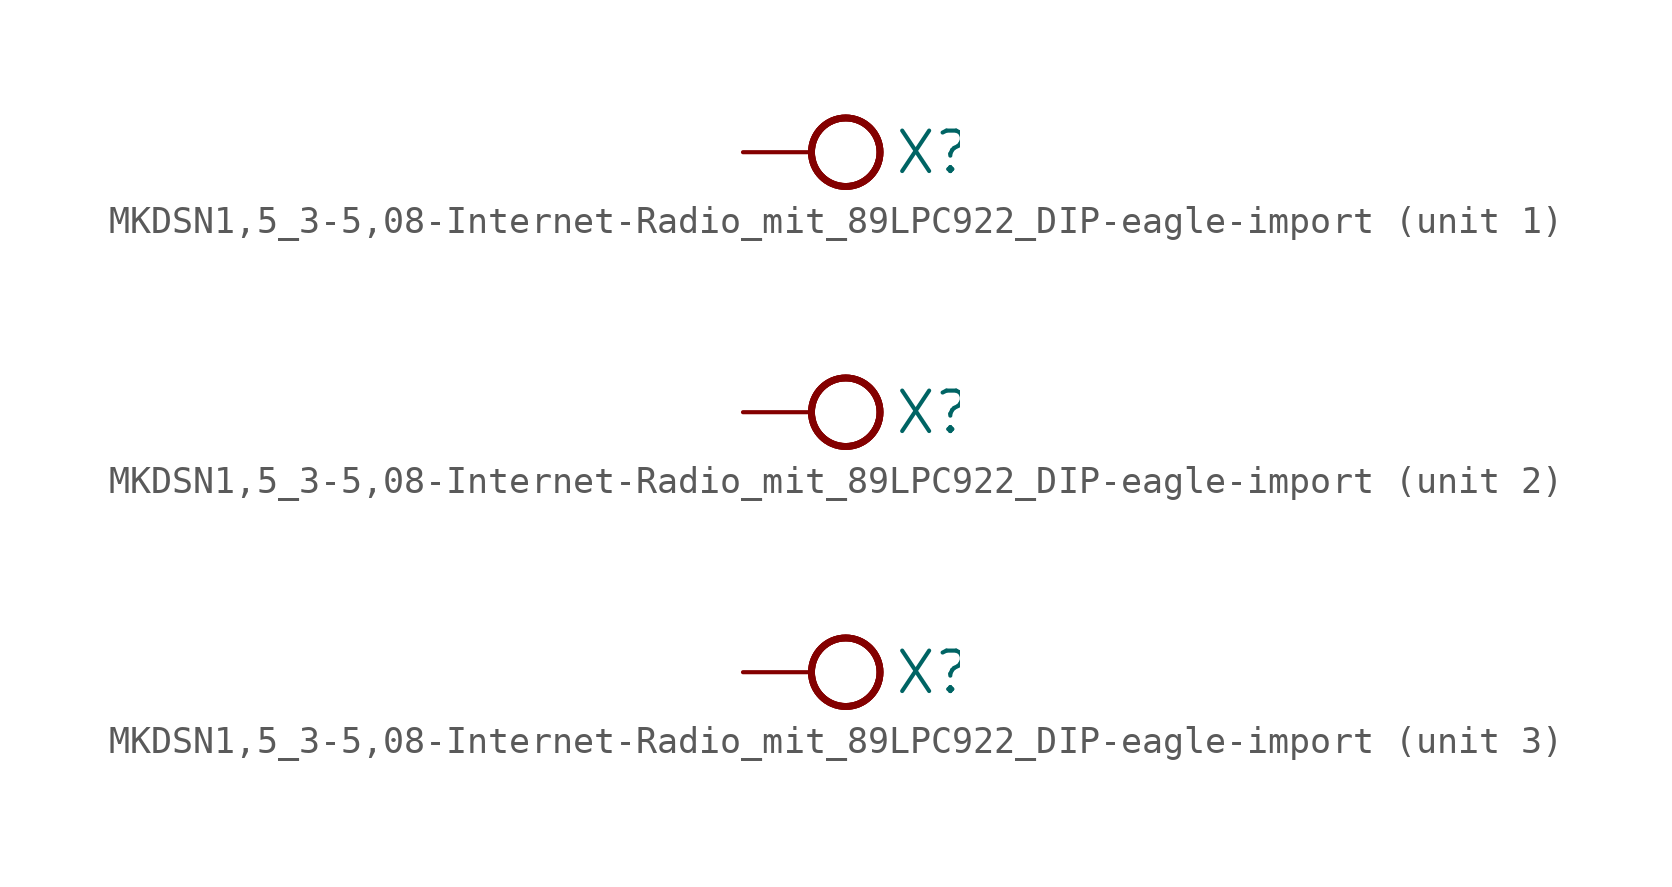
<source format=kicad_sym>
(kicad_symbol_lib
  (version 20220914)
  (generator kicad_symbol_editor)
  (symbol "MKDSN1,5_3-5,08-Internet-Radio_mit_89LPC922_DIP-eagle-import"
    (pin_names
      (offset 1.016))
    (property "Reference" "X"
      (at 3.048 -0.889 0)
      (effects (font (size 1.499 1.499)) (justify left bottom)))
    (property "ki_locked" ""
      (at 0 0 0)
      (effects (font (size 1.27 1.27))))
    (symbol "MKDSN1,5_3-5,08-Internet-Radio_mit_89LPC922_DIP-eagle-import_1_0"
      (circle (center 1.27 0) (radius 1.27) (stroke (width 0.254) (type solid)) (fill (type none)))
      (circle (center 1.27 0) (radius 1.27) (stroke (width 0.254) (type solid)) (fill (type none)))
      (circle (center 1.27 0) (radius 1.27) (stroke (width 0.254) (type solid)) (fill (type none)))
      (pin passive line (at -2.54 0 0) (length 2.54) (name "KL" (effects (font (size 0 0)))) (number "1" (effects (font (size 0 0))))))
    (symbol "MKDSN1,5_3-5,08-Internet-Radio_mit_89LPC922_DIP-eagle-import_2_0"
      (circle (center 1.27 0) (radius 1.27) (stroke (width 0.254) (type solid)) (fill (type none)))
      (circle (center 1.27 0) (radius 1.27) (stroke (width 0.254) (type solid)) (fill (type none)))
      (circle (center 1.27 0) (radius 1.27) (stroke (width 0.254) (type solid)) (fill (type none)))
      (pin passive line (at -2.54 0 0) (length 2.54) (name "KL" (effects (font (size 0 0)))) (number "2" (effects (font (size 0 0))))))
    (symbol "MKDSN1,5_3-5,08-Internet-Radio_mit_89LPC922_DIP-eagle-import_3_0"
      (circle (center 1.27 0) (radius 1.27) (stroke (width 0.254) (type solid)) (fill (type none)))
      (circle (center 1.27 0) (radius 1.27) (stroke (width 0.254) (type solid)) (fill (type none)))
      (circle (center 1.27 0) (radius 1.27) (stroke (width 0.254) (type solid)) (fill (type none)))
      (pin passive line (at -2.54 0 0) (length 2.54) (name "KL" (effects (font (size 0 0)))) (number "3" (effects (font (size 0 0))))))))
</source>
